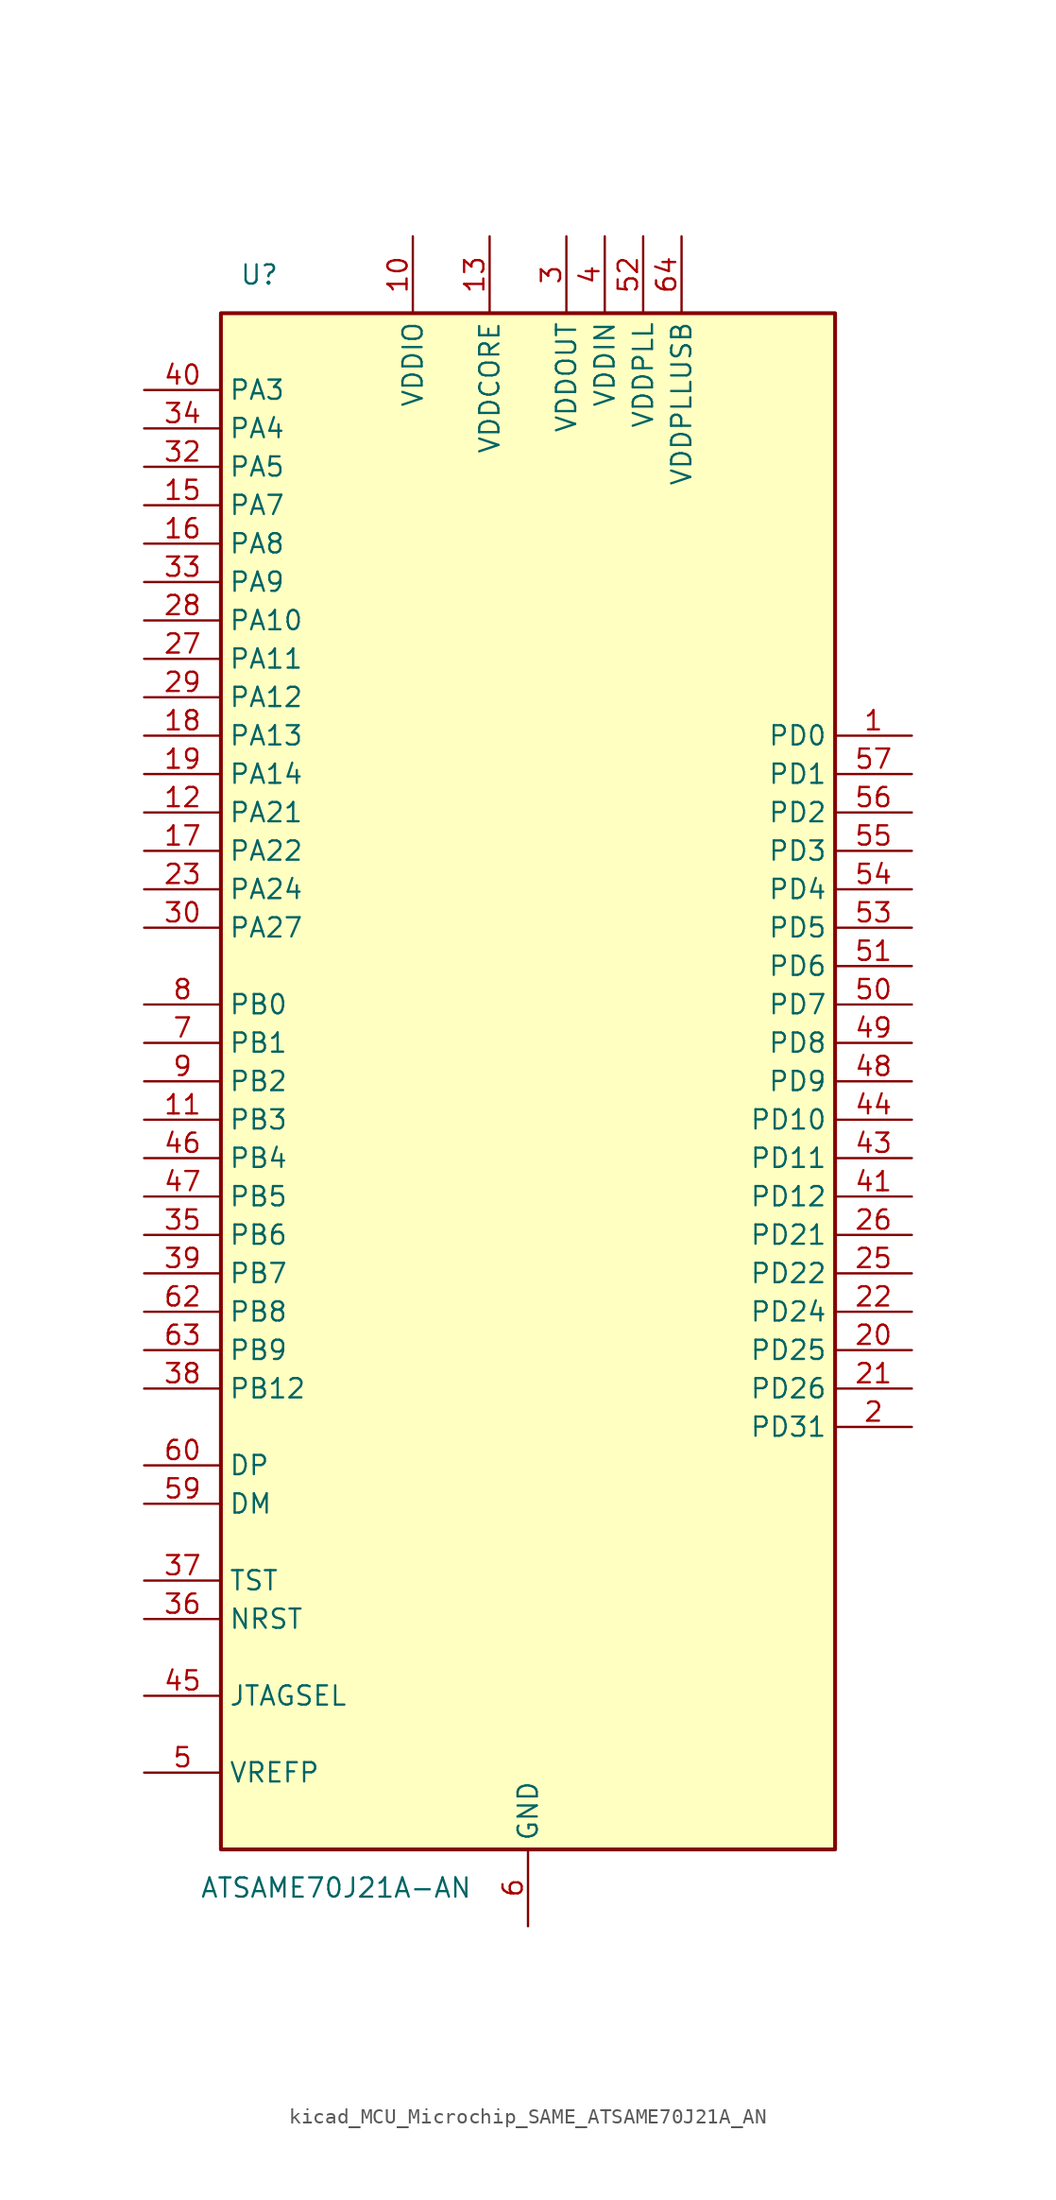
<source format=kicad_sym>
(kicad_symbol_lib
  (version 20220914)
  (generator kicad_symbol_editor)
  (symbol "kicad_MCU_Microchip_SAME_ATSAME70J21A_AN"
    (property "Reference" "U"
      (at -17.78 53.34 0)
      (effects (font (size 1.27 1.27))))
    (property "Value" "ATSAME70J21A-AN"
      (at -12.7 -53.34 0)
      (effects (font (size 1.27 1.27))))
    (symbol "kicad_MCU_Microchip_SAME_ATSAME70J21A_AN_0_1"
      (rectangle (start -20.32 50.8) (end 20.32 -50.8) (stroke (width 0.254) (type default)) (fill (type background))))
    (symbol "kicad_MCU_Microchip_SAME_ATSAME70J21A_AN_1_0"
      (pin power_in line (at 10.16 55.88 270) (length 5.08) (name "VDDPLLUSB" (effects (font (size 1.27 1.27)))) (number "64" (effects (font (size 1.27 1.27))))))
    (symbol "kicad_MCU_Microchip_SAME_ATSAME70J21A_AN_1_1"
      (pin bidirectional line (at 25.4 22.86 180) (length 5.08) (name "PD0" (effects (font (size 1.27 1.27)))) (number "1" (effects (font (size 1.27 1.27)))))
      (pin power_in line (at -7.62 55.88 270) (length 5.08) (name "VDDIO" (effects (font (size 1.27 1.27)))) (number "10" (effects (font (size 1.27 1.27)))))
      (pin bidirectional line (at -25.4 -2.54 0) (length 5.08) (name "PB3" (effects (font (size 1.27 1.27)))) (number "11" (effects (font (size 1.27 1.27)))))
      (pin bidirectional line (at -25.4 17.78 0) (length 5.08) (name "PA21" (effects (font (size 1.27 1.27)))) (number "12" (effects (font (size 1.27 1.27)))))
      (pin power_in line (at -2.54 55.88 270) (length 5.08) (name "VDDCORE" (effects (font (size 1.27 1.27)))) (number "13" (effects (font (size 1.27 1.27)))))
      (pin passive line (at 0 -55.88 90) (length 5.08) hide (name "GND" (effects (font (size 1.27 1.27)))) (number "14" (effects (font (size 1.27 1.27)))))
      (pin bidirectional line (at -25.4 38.1 0) (length 5.08) (name "PA7" (effects (font (size 1.27 1.27)))) (number "15" (effects (font (size 1.27 1.27)))))
      (pin bidirectional line (at -25.4 35.56 0) (length 5.08) (name "PA8" (effects (font (size 1.27 1.27)))) (number "16" (effects (font (size 1.27 1.27)))))
      (pin bidirectional line (at -25.4 15.24 0) (length 5.08) (name "PA22" (effects (font (size 1.27 1.27)))) (number "17" (effects (font (size 1.27 1.27)))))
      (pin bidirectional line (at -25.4 22.86 0) (length 5.08) (name "PA13" (effects (font (size 1.27 1.27)))) (number "18" (effects (font (size 1.27 1.27)))))
      (pin bidirectional line (at -25.4 20.32 0) (length 5.08) (name "PA14" (effects (font (size 1.27 1.27)))) (number "19" (effects (font (size 1.27 1.27)))))
      (pin bidirectional line (at 25.4 -22.86 180) (length 5.08) (name "PD31" (effects (font (size 1.27 1.27)))) (number "2" (effects (font (size 1.27 1.27)))))
      (pin bidirectional line (at 25.4 -17.78 180) (length 5.08) (name "PD25" (effects (font (size 1.27 1.27)))) (number "20" (effects (font (size 1.27 1.27)))))
      (pin bidirectional line (at 25.4 -20.32 180) (length 5.08) (name "PD26" (effects (font (size 1.27 1.27)))) (number "21" (effects (font (size 1.27 1.27)))))
      (pin bidirectional line (at 25.4 -15.24 180) (length 5.08) (name "PD24" (effects (font (size 1.27 1.27)))) (number "22" (effects (font (size 1.27 1.27)))))
      (pin bidirectional line (at -25.4 12.7 0) (length 5.08) (name "PA24" (effects (font (size 1.27 1.27)))) (number "23" (effects (font (size 1.27 1.27)))))
      (pin passive line (at -2.54 55.88 270) (length 5.08) hide (name "VDDCORE" (effects (font (size 1.27 1.27)))) (number "24" (effects (font (size 1.27 1.27)))))
      (pin bidirectional line (at 25.4 -12.7 180) (length 5.08) (name "PD22" (effects (font (size 1.27 1.27)))) (number "25" (effects (font (size 1.27 1.27)))))
      (pin bidirectional line (at 25.4 -10.16 180) (length 5.08) (name "PD21" (effects (font (size 1.27 1.27)))) (number "26" (effects (font (size 1.27 1.27)))))
      (pin bidirectional line (at -25.4 27.94 0) (length 5.08) (name "PA11" (effects (font (size 1.27 1.27)))) (number "27" (effects (font (size 1.27 1.27)))))
      (pin bidirectional line (at -25.4 30.48 0) (length 5.08) (name "PA10" (effects (font (size 1.27 1.27)))) (number "28" (effects (font (size 1.27 1.27)))))
      (pin bidirectional line (at -25.4 25.4 0) (length 5.08) (name "PA12" (effects (font (size 1.27 1.27)))) (number "29" (effects (font (size 1.27 1.27)))))
      (pin power_in line (at 2.54 55.88 270) (length 5.08) (name "VDDOUT" (effects (font (size 1.27 1.27)))) (number "3" (effects (font (size 1.27 1.27)))))
      (pin bidirectional line (at -25.4 10.16 0) (length 5.08) (name "PA27" (effects (font (size 1.27 1.27)))) (number "30" (effects (font (size 1.27 1.27)))))
      (pin passive line (at 0 -55.88 90) (length 5.08) hide (name "GND" (effects (font (size 1.27 1.27)))) (number "31" (effects (font (size 1.27 1.27)))))
      (pin bidirectional line (at -25.4 40.64 0) (length 5.08) (name "PA5" (effects (font (size 1.27 1.27)))) (number "32" (effects (font (size 1.27 1.27)))))
      (pin bidirectional line (at -25.4 33.02 0) (length 5.08) (name "PA9" (effects (font (size 1.27 1.27)))) (number "33" (effects (font (size 1.27 1.27)))))
      (pin bidirectional line (at -25.4 43.18 0) (length 5.08) (name "PA4" (effects (font (size 1.27 1.27)))) (number "34" (effects (font (size 1.27 1.27)))))
      (pin bidirectional line (at -25.4 -10.16 0) (length 5.08) (name "PB6" (effects (font (size 1.27 1.27)))) (number "35" (effects (font (size 1.27 1.27)))))
      (pin bidirectional line (at -25.4 -35.56 0) (length 5.08) (name "NRST" (effects (font (size 1.27 1.27)))) (number "36" (effects (font (size 1.27 1.27)))))
      (pin input line (at -25.4 -33.02 0) (length 5.08) (name "TST" (effects (font (size 1.27 1.27)))) (number "37" (effects (font (size 1.27 1.27)))))
      (pin bidirectional line (at -25.4 -20.32 0) (length 5.08) (name "PB12" (effects (font (size 1.27 1.27)))) (number "38" (effects (font (size 1.27 1.27)))))
      (pin bidirectional line (at -25.4 -12.7 0) (length 5.08) (name "PB7" (effects (font (size 1.27 1.27)))) (number "39" (effects (font (size 1.27 1.27)))))
      (pin power_in line (at 5.08 55.88 270) (length 5.08) (name "VDDIN" (effects (font (size 1.27 1.27)))) (number "4" (effects (font (size 1.27 1.27)))))
      (pin bidirectional line (at -25.4 45.72 0) (length 5.08) (name "PA3" (effects (font (size 1.27 1.27)))) (number "40" (effects (font (size 1.27 1.27)))))
      (pin bidirectional line (at 25.4 -7.62 180) (length 5.08) (name "PD12" (effects (font (size 1.27 1.27)))) (number "41" (effects (font (size 1.27 1.27)))))
      (pin passive line (at -7.62 55.88 270) (length 5.08) hide (name "VDDIO" (effects (font (size 1.27 1.27)))) (number "42" (effects (font (size 1.27 1.27)))))
      (pin bidirectional line (at 25.4 -5.08 180) (length 5.08) (name "PD11" (effects (font (size 1.27 1.27)))) (number "43" (effects (font (size 1.27 1.27)))))
      (pin bidirectional line (at 25.4 -2.54 180) (length 5.08) (name "PD10" (effects (font (size 1.27 1.27)))) (number "44" (effects (font (size 1.27 1.27)))))
      (pin input line (at -25.4 -40.64 0) (length 5.08) (name "JTAGSEL" (effects (font (size 1.27 1.27)))) (number "45" (effects (font (size 1.27 1.27)))))
      (pin bidirectional line (at -25.4 -5.08 0) (length 5.08) (name "PB4" (effects (font (size 1.27 1.27)))) (number "46" (effects (font (size 1.27 1.27)))))
      (pin bidirectional line (at -25.4 -7.62 0) (length 5.08) (name "PB5" (effects (font (size 1.27 1.27)))) (number "47" (effects (font (size 1.27 1.27)))))
      (pin bidirectional line (at 25.4 0 180) (length 5.08) (name "PD9" (effects (font (size 1.27 1.27)))) (number "48" (effects (font (size 1.27 1.27)))))
      (pin bidirectional line (at 25.4 2.54 180) (length 5.08) (name "PD8" (effects (font (size 1.27 1.27)))) (number "49" (effects (font (size 1.27 1.27)))))
      (pin input line (at -25.4 -45.72 0) (length 5.08) (name "VREFP" (effects (font (size 1.27 1.27)))) (number "5" (effects (font (size 1.27 1.27)))))
      (pin bidirectional line (at 25.4 5.08 180) (length 5.08) (name "PD7" (effects (font (size 1.27 1.27)))) (number "50" (effects (font (size 1.27 1.27)))))
      (pin bidirectional line (at 25.4 7.62 180) (length 5.08) (name "PD6" (effects (font (size 1.27 1.27)))) (number "51" (effects (font (size 1.27 1.27)))))
      (pin power_in line (at 7.62 55.88 270) (length 5.08) (name "VDDPLL" (effects (font (size 1.27 1.27)))) (number "52" (effects (font (size 1.27 1.27)))))
      (pin bidirectional line (at 25.4 10.16 180) (length 5.08) (name "PD5" (effects (font (size 1.27 1.27)))) (number "53" (effects (font (size 1.27 1.27)))))
      (pin bidirectional line (at 25.4 12.7 180) (length 5.08) (name "PD4" (effects (font (size 1.27 1.27)))) (number "54" (effects (font (size 1.27 1.27)))))
      (pin bidirectional line (at 25.4 15.24 180) (length 5.08) (name "PD3" (effects (font (size 1.27 1.27)))) (number "55" (effects (font (size 1.27 1.27)))))
      (pin bidirectional line (at 25.4 17.78 180) (length 5.08) (name "PD2" (effects (font (size 1.27 1.27)))) (number "56" (effects (font (size 1.27 1.27)))))
      (pin bidirectional line (at 25.4 20.32 180) (length 5.08) (name "PD1" (effects (font (size 1.27 1.27)))) (number "57" (effects (font (size 1.27 1.27)))))
      (pin passive line (at -7.62 55.88 270) (length 5.08) hide (name "VDDIO" (effects (font (size 1.27 1.27)))) (number "58" (effects (font (size 1.27 1.27)))))
      (pin bidirectional line (at -25.4 -27.94 0) (length 5.08) (name "DM" (effects (font (size 1.27 1.27)))) (number "59" (effects (font (size 1.27 1.27)))))
      (pin power_in line (at 0 -55.88 90) (length 5.08) (name "GND" (effects (font (size 1.27 1.27)))) (number "6" (effects (font (size 1.27 1.27)))))
      (pin bidirectional line (at -25.4 -25.4 0) (length 5.08) (name "DP" (effects (font (size 1.27 1.27)))) (number "60" (effects (font (size 1.27 1.27)))))
      (pin passive line (at -2.54 55.88 270) (length 5.08) hide (name "VDDCORE" (effects (font (size 1.27 1.27)))) (number "61" (effects (font (size 1.27 1.27)))))
      (pin bidirectional line (at -25.4 -15.24 0) (length 5.08) (name "PB8" (effects (font (size 1.27 1.27)))) (number "62" (effects (font (size 1.27 1.27)))))
      (pin bidirectional line (at -25.4 -17.78 0) (length 5.08) (name "PB9" (effects (font (size 1.27 1.27)))) (number "63" (effects (font (size 1.27 1.27)))))
      (pin bidirectional line (at -25.4 2.54 0) (length 5.08) (name "PB1" (effects (font (size 1.27 1.27)))) (number "7" (effects (font (size 1.27 1.27)))))
      (pin bidirectional line (at -25.4 5.08 0) (length 5.08) (name "PB0" (effects (font (size 1.27 1.27)))) (number "8" (effects (font (size 1.27 1.27)))))
      (pin bidirectional line (at -25.4 0 0) (length 5.08) (name "PB2" (effects (font (size 1.27 1.27)))) (number "9" (effects (font (size 1.27 1.27))))))))
</source>
